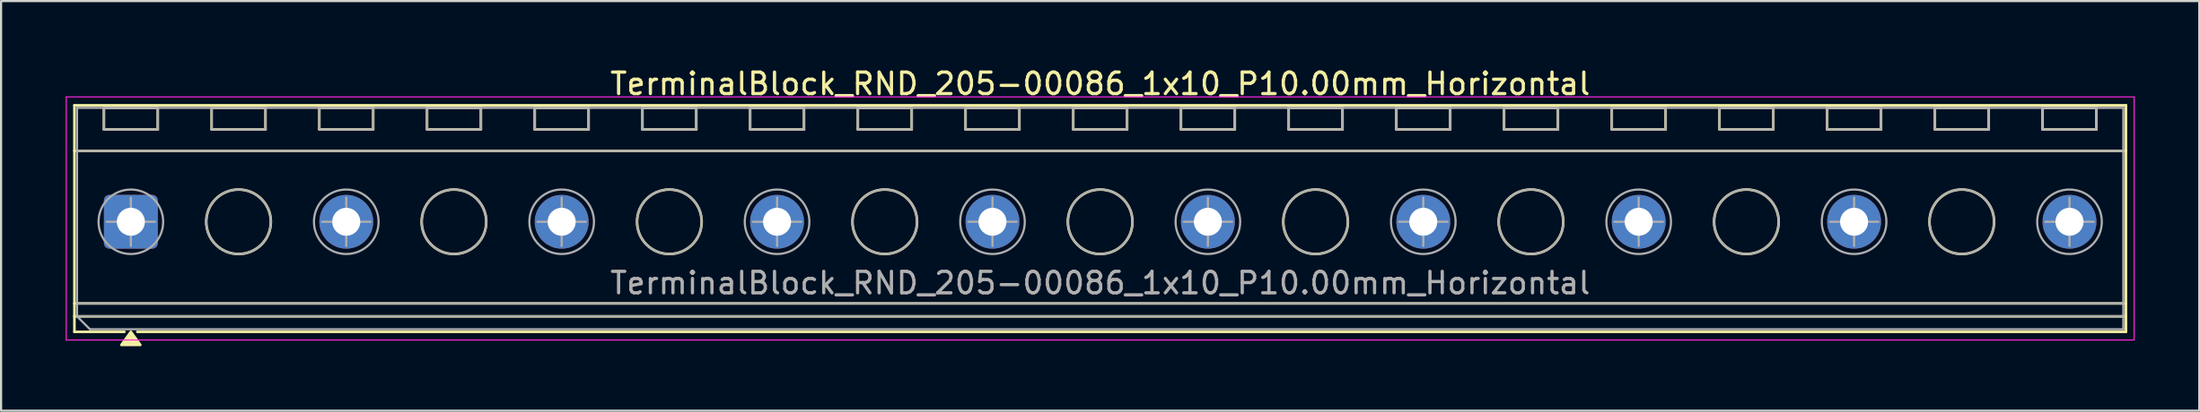
<source format=kicad_pcb>
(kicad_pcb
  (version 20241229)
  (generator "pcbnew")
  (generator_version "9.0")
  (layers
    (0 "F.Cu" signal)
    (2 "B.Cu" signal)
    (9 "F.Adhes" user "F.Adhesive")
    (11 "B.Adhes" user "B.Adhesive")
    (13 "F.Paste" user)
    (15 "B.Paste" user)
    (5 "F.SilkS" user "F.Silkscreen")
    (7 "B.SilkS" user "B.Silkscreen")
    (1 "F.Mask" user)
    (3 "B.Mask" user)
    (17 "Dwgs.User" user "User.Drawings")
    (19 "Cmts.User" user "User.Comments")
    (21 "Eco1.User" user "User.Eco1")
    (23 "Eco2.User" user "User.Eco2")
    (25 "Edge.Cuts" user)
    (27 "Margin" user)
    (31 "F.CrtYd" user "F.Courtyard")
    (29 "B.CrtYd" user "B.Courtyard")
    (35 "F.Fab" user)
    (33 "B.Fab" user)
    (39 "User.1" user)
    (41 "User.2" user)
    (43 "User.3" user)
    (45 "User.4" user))
  (footprint "TerminalBlock_RND_205-00086_1x10_P10.00mm_Horizontal"
    (layer "F.Cu")
    (at 3.025 7.268)
    (property "Reference" "TerminalBlock_RND_205-00086_1x10_P10.00mm_Horizontal" (at 45 -6.42 0) (layer "F.SilkS") (effects (font (size 1 1) (thickness 0.15))))
    (attr through_hole)
    (fp_line (start -2.62 -5.42) (end 92.62 -5.42) (stroke (width 0.12) (type solid)) (layer "F.SilkS"))
    (fp_line (start -2.62 -3.3) (end 92.62 -3.3) (stroke (width 0.12) (type solid)) (layer "F.SilkS"))
    (fp_line (start -2.62 3.8) (end 92.62 3.8) (stroke (width 0.12) (type solid)) (layer "F.SilkS"))
    (fp_line (start -2.62 4.4) (end 92.62 4.4) (stroke (width 0.12) (type solid)) (layer "F.SilkS"))
    (fp_line (start -2.62 5.12) (end -2.62 -5.42) (stroke (width 0.12) (type solid)) (layer "F.SilkS"))
    (fp_line (start -1.25 -5.3) (end 1.25 -5.3) (stroke (width 0.12) (type solid)) (layer "F.SilkS"))
    (fp_line (start -1.25 -4.3) (end -1.25 -5.3) (stroke (width 0.12) (type solid)) (layer "F.SilkS"))
    (fp_line (start -0.3 5.12) (end -2.62 5.12) (stroke (width 0.12) (type solid)) (layer "F.SilkS"))
    (fp_line (start 1.25 -5.3) (end 1.25 -4.3) (stroke (width 0.12) (type solid)) (layer "F.SilkS"))
    (fp_line (start 1.25 -4.3) (end -1.25 -4.3) (stroke (width 0.12) (type solid)) (layer "F.SilkS"))
    (fp_line (start 3.75 -5.3) (end 6.25 -5.3) (stroke (width 0.12) (type solid)) (layer "F.SilkS"))
    (fp_line (start 3.75 -4.3) (end 3.75 -5.3) (stroke (width 0.12) (type solid)) (layer "F.SilkS"))
    (fp_line (start 6.25 -5.3) (end 6.25 -4.3) (stroke (width 0.12) (type solid)) (layer "F.SilkS"))
    (fp_line (start 6.25 -4.3) (end 3.75 -4.3) (stroke (width 0.12) (type solid)) (layer "F.SilkS"))
    (fp_line (start 8.75 -5.3) (end 11.25 -5.3) (stroke (width 0.12) (type solid)) (layer "F.SilkS"))
    (fp_line (start 8.75 -4.3) (end 8.75 -5.3) (stroke (width 0.12) (type solid)) (layer "F.SilkS"))
    (fp_line (start 11.25 -5.3) (end 11.25 -4.3) (stroke (width 0.12) (type solid)) (layer "F.SilkS"))
    (fp_line (start 11.25 -4.3) (end 8.75 -4.3) (stroke (width 0.12) (type solid)) (layer "F.SilkS"))
    (fp_line (start 13.75 -5.3) (end 16.25 -5.3) (stroke (width 0.12) (type solid)) (layer "F.SilkS"))
    (fp_line (start 13.75 -4.3) (end 13.75 -5.3) (stroke (width 0.12) (type solid)) (layer "F.SilkS"))
    (fp_line (start 16.25 -5.3) (end 16.25 -4.3) (stroke (width 0.12) (type solid)) (layer "F.SilkS"))
    (fp_line (start 16.25 -4.3) (end 13.75 -4.3) (stroke (width 0.12) (type solid)) (layer "F.SilkS"))
    (fp_line (start 18.75 -5.3) (end 21.25 -5.3) (stroke (width 0.12) (type solid)) (layer "F.SilkS"))
    (fp_line (start 18.75 -4.3) (end 18.75 -5.3) (stroke (width 0.12) (type solid)) (layer "F.SilkS"))
    (fp_line (start 21.25 -5.3) (end 21.25 -4.3) (stroke (width 0.12) (type solid)) (layer "F.SilkS"))
    (fp_line (start 21.25 -4.3) (end 18.75 -4.3) (stroke (width 0.12) (type solid)) (layer "F.SilkS"))
    (fp_line (start 23.75 -5.3) (end 26.25 -5.3) (stroke (width 0.12) (type solid)) (layer "F.SilkS"))
    (fp_line (start 23.75 -4.3) (end 23.75 -5.3) (stroke (width 0.12) (type solid)) (layer "F.SilkS"))
    (fp_line (start 26.25 -5.3) (end 26.25 -4.3) (stroke (width 0.12) (type solid)) (layer "F.SilkS"))
    (fp_line (start 26.25 -4.3) (end 23.75 -4.3) (stroke (width 0.12) (type solid)) (layer "F.SilkS"))
    (fp_line (start 28.75 -5.3) (end 31.25 -5.3) (stroke (width 0.12) (type solid)) (layer "F.SilkS"))
    (fp_line (start 28.75 -4.3) (end 28.75 -5.3) (stroke (width 0.12) (type solid)) (layer "F.SilkS"))
    (fp_line (start 31.25 -5.3) (end 31.25 -4.3) (stroke (width 0.12) (type solid)) (layer "F.SilkS"))
    (fp_line (start 31.25 -4.3) (end 28.75 -4.3) (stroke (width 0.12) (type solid)) (layer "F.SilkS"))
    (fp_line (start 33.75 -5.3) (end 36.25 -5.3) (stroke (width 0.12) (type solid)) (layer "F.SilkS"))
    (fp_line (start 33.75 -4.3) (end 33.75 -5.3) (stroke (width 0.12) (type solid)) (layer "F.SilkS"))
    (fp_line (start 36.25 -5.3) (end 36.25 -4.3) (stroke (width 0.12) (type solid)) (layer "F.SilkS"))
    (fp_line (start 36.25 -4.3) (end 33.75 -4.3) (stroke (width 0.12) (type solid)) (layer "F.SilkS"))
    (fp_line (start 38.75 -5.3) (end 41.25 -5.3) (stroke (width 0.12) (type solid)) (layer "F.SilkS"))
    (fp_line (start 38.75 -4.3) (end 38.75 -5.3) (stroke (width 0.12) (type solid)) (layer "F.SilkS"))
    (fp_line (start 41.25 -5.3) (end 41.25 -4.3) (stroke (width 0.12) (type solid)) (layer "F.SilkS"))
    (fp_line (start 41.25 -4.3) (end 38.75 -4.3) (stroke (width 0.12) (type solid)) (layer "F.SilkS"))
    (fp_line (start 43.75 -5.3) (end 46.25 -5.3) (stroke (width 0.12) (type solid)) (layer "F.SilkS"))
    (fp_line (start 43.75 -4.3) (end 43.75 -5.3) (stroke (width 0.12) (type solid)) (layer "F.SilkS"))
    (fp_line (start 46.25 -5.3) (end 46.25 -4.3) (stroke (width 0.12) (type solid)) (layer "F.SilkS"))
    (fp_line (start 46.25 -4.3) (end 43.75 -4.3) (stroke (width 0.12) (type solid)) (layer "F.SilkS"))
    (fp_line (start 48.75 -5.3) (end 51.25 -5.3) (stroke (width 0.12) (type solid)) (layer "F.SilkS"))
    (fp_line (start 48.75 -4.3) (end 48.75 -5.3) (stroke (width 0.12) (type solid)) (layer "F.SilkS"))
    (fp_line (start 51.25 -5.3) (end 51.25 -4.3) (stroke (width 0.12) (type solid)) (layer "F.SilkS"))
    (fp_line (start 51.25 -4.3) (end 48.75 -4.3) (stroke (width 0.12) (type solid)) (layer "F.SilkS"))
    (fp_line (start 53.75 -5.3) (end 56.25 -5.3) (stroke (width 0.12) (type solid)) (layer "F.SilkS"))
    (fp_line (start 53.75 -4.3) (end 53.75 -5.3) (stroke (width 0.12) (type solid)) (layer "F.SilkS"))
    (fp_line (start 56.25 -5.3) (end 56.25 -4.3) (stroke (width 0.12) (type solid)) (layer "F.SilkS"))
    (fp_line (start 56.25 -4.3) (end 53.75 -4.3) (stroke (width 0.12) (type solid)) (layer "F.SilkS"))
    (fp_line (start 58.75 -5.3) (end 61.25 -5.3) (stroke (width 0.12) (type solid)) (layer "F.SilkS"))
    (fp_line (start 58.75 -4.3) (end 58.75 -5.3) (stroke (width 0.12) (type solid)) (layer "F.SilkS"))
    (fp_line (start 61.25 -5.3) (end 61.25 -4.3) (stroke (width 0.12) (type solid)) (layer "F.SilkS"))
    (fp_line (start 61.25 -4.3) (end 58.75 -4.3) (stroke (width 0.12) (type solid)) (layer "F.SilkS"))
    (fp_line (start 63.75 -5.3) (end 66.25 -5.3) (stroke (width 0.12) (type solid)) (layer "F.SilkS"))
    (fp_line (start 63.75 -4.3) (end 63.75 -5.3) (stroke (width 0.12) (type solid)) (layer "F.SilkS"))
    (fp_line (start 66.25 -5.3) (end 66.25 -4.3) (stroke (width 0.12) (type solid)) (layer "F.SilkS"))
    (fp_line (start 66.25 -4.3) (end 63.75 -4.3) (stroke (width 0.12) (type solid)) (layer "F.SilkS"))
    (fp_line (start 68.75 -5.3) (end 71.25 -5.3) (stroke (width 0.12) (type solid)) (layer "F.SilkS"))
    (fp_line (start 68.75 -4.3) (end 68.75 -5.3) (stroke (width 0.12) (type solid)) (layer "F.SilkS"))
    (fp_line (start 71.25 -5.3) (end 71.25 -4.3) (stroke (width 0.12) (type solid)) (layer "F.SilkS"))
    (fp_line (start 71.25 -4.3) (end 68.75 -4.3) (stroke (width 0.12) (type solid)) (layer "F.SilkS"))
    (fp_line (start 73.75 -5.3) (end 76.25 -5.3) (stroke (width 0.12) (type solid)) (layer "F.SilkS"))
    (fp_line (start 73.75 -4.3) (end 73.75 -5.3) (stroke (width 0.12) (type solid)) (layer "F.SilkS"))
    (fp_line (start 76.25 -5.3) (end 76.25 -4.3) (stroke (width 0.12) (type solid)) (layer "F.SilkS"))
    (fp_line (start 76.25 -4.3) (end 73.75 -4.3) (stroke (width 0.12) (type solid)) (layer "F.SilkS"))
    (fp_line (start 78.75 -5.3) (end 81.25 -5.3) (stroke (width 0.12) (type solid)) (layer "F.SilkS"))
    (fp_line (start 78.75 -4.3) (end 78.75 -5.3) (stroke (width 0.12) (type solid)) (layer "F.SilkS"))
    (fp_line (start 81.25 -5.3) (end 81.25 -4.3) (stroke (width 0.12) (type solid)) (layer "F.SilkS"))
    (fp_line (start 81.25 -4.3) (end 78.75 -4.3) (stroke (width 0.12) (type solid)) (layer "F.SilkS"))
    (fp_line (start 83.75 -5.3) (end 86.25 -5.3) (stroke (width 0.12) (type solid)) (layer "F.SilkS"))
    (fp_line (start 83.75 -4.3) (end 83.75 -5.3) (stroke (width 0.12) (type solid)) (layer "F.SilkS"))
    (fp_line (start 86.25 -5.3) (end 86.25 -4.3) (stroke (width 0.12) (type solid)) (layer "F.SilkS"))
    (fp_line (start 86.25 -4.3) (end 83.75 -4.3) (stroke (width 0.12) (type solid)) (layer "F.SilkS"))
    (fp_line (start 88.75 -5.3) (end 91.25 -5.3) (stroke (width 0.12) (type solid)) (layer "F.SilkS"))
    (fp_line (start 88.75 -4.3) (end 88.75 -5.3) (stroke (width 0.12) (type solid)) (layer "F.SilkS"))
    (fp_line (start 91.25 -5.3) (end 91.25 -4.3) (stroke (width 0.12) (type solid)) (layer "F.SilkS"))
    (fp_line (start 91.25 -4.3) (end 88.75 -4.3) (stroke (width 0.12) (type solid)) (layer "F.SilkS"))
    (fp_line (start 92.62 -5.42) (end 92.62 5.12) (stroke (width 0.12) (type solid)) (layer "F.SilkS"))
    (fp_line (start 92.62 5.12) (end 0.3 5.12) (stroke (width 0.12) (type solid)) (layer "F.SilkS"))
    (fp_circle (center 5 0) (end 6.5 0) (stroke (width 0.12) (type solid)) (fill no) (layer "F.SilkS"))
    (fp_circle (center 15 0) (end 16.5 0) (stroke (width 0.12) (type solid)) (fill no) (layer "F.SilkS"))
    (fp_circle (center 25 0) (end 26.5 0) (stroke (width 0.12) (type solid)) (fill no) (layer "F.SilkS"))
    (fp_circle (center 35 0) (end 36.5 0) (stroke (width 0.12) (type solid)) (fill no) (layer "F.SilkS"))
    (fp_circle (center 45 0) (end 46.5 0) (stroke (width 0.12) (type solid)) (fill no) (layer "F.SilkS"))
    (fp_circle (center 55 0) (end 56.5 0) (stroke (width 0.12) (type solid)) (fill no) (layer "F.SilkS"))
    (fp_circle (center 65 0) (end 66.5 0) (stroke (width 0.12) (type solid)) (fill no) (layer "F.SilkS"))
    (fp_circle (center 75 0) (end 76.5 0) (stroke (width 0.12) (type solid)) (fill no) (layer "F.SilkS"))
    (fp_circle (center 85 0) (end 86.5 0) (stroke (width 0.12) (type solid)) (fill no) (layer "F.SilkS"))
    (fp_poly (pts (xy 0 5.12) (xy 0.44 5.73) (xy -0.44 5.73)) (stroke (width 0.12) (type solid)) (fill yes) (layer "F.SilkS"))
    (fp_line (start -3 -5.81) (end -3 5.5) (stroke (width 0.05) (type solid)) (layer "F.CrtYd"))
    (fp_line (start -3 5.5) (end 93 5.5) (stroke (width 0.05) (type solid)) (layer "F.CrtYd"))
    (fp_line (start 93 -5.81) (end -3 -5.81) (stroke (width 0.05) (type solid)) (layer "F.CrtYd"))
    (fp_line (start 93 5.5) (end 93 -5.81) (stroke (width 0.05) (type solid)) (layer "F.CrtYd"))
    (fp_line (start -2.5 -5.3) (end 92.5 -5.3) (stroke (width 0.1) (type solid)) (layer "F.Fab"))
    (fp_line (start -2.5 -3.3) (end 92.5 -3.3) (stroke (width 0.1) (type solid)) (layer "F.Fab"))
    (fp_line (start -2.5 3.8) (end 92.5 3.8) (stroke (width 0.1) (type solid)) (layer "F.Fab"))
    (fp_line (start -2.5 4.4) (end -2.5 -5.3) (stroke (width 0.1) (type solid)) (layer "F.Fab"))
    (fp_line (start -2.5 4.4) (end 92.5 4.4) (stroke (width 0.1) (type solid)) (layer "F.Fab"))
    (fp_line (start -1.9 5) (end -2.5 4.4) (stroke (width 0.1) (type solid)) (layer "F.Fab"))
    (fp_line (start -1.25 -5.3) (end -1.25 -4.3) (stroke (width 0.1) (type solid)) (layer "F.Fab"))
    (fp_line (start -1.25 -4.3) (end 1.25 -4.3) (stroke (width 0.1) (type solid)) (layer "F.Fab"))
    (fp_line (start -1.125 0) (end 1.125 0) (stroke (width 0.1) (type solid)) (layer "F.Fab"))
    (fp_line (start 0 -1.125) (end 0 1.125) (stroke (width 0.1) (type solid)) (layer "F.Fab"))
    (fp_line (start 1.25 -5.3) (end -1.25 -5.3) (stroke (width 0.1) (type solid)) (layer "F.Fab"))
    (fp_line (start 1.25 -4.3) (end 1.25 -5.3) (stroke (width 0.1) (type solid)) (layer "F.Fab"))
    (fp_line (start 3.75 -5.3) (end 3.75 -4.3) (stroke (width 0.1) (type solid)) (layer "F.Fab"))
    (fp_line (start 3.75 -4.3) (end 6.25 -4.3) (stroke (width 0.1) (type solid)) (layer "F.Fab"))
    (fp_line (start 6.25 -5.3) (end 3.75 -5.3) (stroke (width 0.1) (type solid)) (layer "F.Fab"))
    (fp_line (start 6.25 -4.3) (end 6.25 -5.3) (stroke (width 0.1) (type solid)) (layer "F.Fab"))
    (fp_line (start 8.75 -5.3) (end 8.75 -4.3) (stroke (width 0.1) (type solid)) (layer "F.Fab"))
    (fp_line (start 8.75 -4.3) (end 11.25 -4.3) (stroke (width 0.1) (type solid)) (layer "F.Fab"))
    (fp_line (start 8.875 0) (end 11.125 0) (stroke (width 0.1) (type solid)) (layer "F.Fab"))
    (fp_line (start 10 -1.125) (end 10 1.125) (stroke (width 0.1) (type solid)) (layer "F.Fab"))
    (fp_line (start 11.25 -5.3) (end 8.75 -5.3) (stroke (width 0.1) (type solid)) (layer "F.Fab"))
    (fp_line (start 11.25 -4.3) (end 11.25 -5.3) (stroke (width 0.1) (type solid)) (layer "F.Fab"))
    (fp_line (start 13.75 -5.3) (end 13.75 -4.3) (stroke (width 0.1) (type solid)) (layer "F.Fab"))
    (fp_line (start 13.75 -4.3) (end 16.25 -4.3) (stroke (width 0.1) (type solid)) (layer "F.Fab"))
    (fp_line (start 16.25 -5.3) (end 13.75 -5.3) (stroke (width 0.1) (type solid)) (layer "F.Fab"))
    (fp_line (start 16.25 -4.3) (end 16.25 -5.3) (stroke (width 0.1) (type solid)) (layer "F.Fab"))
    (fp_line (start 18.75 -5.3) (end 18.75 -4.3) (stroke (width 0.1) (type solid)) (layer "F.Fab"))
    (fp_line (start 18.75 -4.3) (end 21.25 -4.3) (stroke (width 0.1) (type solid)) (layer "F.Fab"))
    (fp_line (start 18.875 0) (end 21.125 0) (stroke (width 0.1) (type solid)) (layer "F.Fab"))
    (fp_line (start 20 -1.125) (end 20 1.125) (stroke (width 0.1) (type solid)) (layer "F.Fab"))
    (fp_line (start 21.25 -5.3) (end 18.75 -5.3) (stroke (width 0.1) (type solid)) (layer "F.Fab"))
    (fp_line (start 21.25 -4.3) (end 21.25 -5.3) (stroke (width 0.1) (type solid)) (layer "F.Fab"))
    (fp_line (start 23.75 -5.3) (end 23.75 -4.3) (stroke (width 0.1) (type solid)) (layer "F.Fab"))
    (fp_line (start 23.75 -4.3) (end 26.25 -4.3) (stroke (width 0.1) (type solid)) (layer "F.Fab"))
    (fp_line (start 26.25 -5.3) (end 23.75 -5.3) (stroke (width 0.1) (type solid)) (layer "F.Fab"))
    (fp_line (start 26.25 -4.3) (end 26.25 -5.3) (stroke (width 0.1) (type solid)) (layer "F.Fab"))
    (fp_line (start 28.75 -5.3) (end 28.75 -4.3) (stroke (width 0.1) (type solid)) (layer "F.Fab"))
    (fp_line (start 28.75 -4.3) (end 31.25 -4.3) (stroke (width 0.1) (type solid)) (layer "F.Fab"))
    (fp_line (start 28.875 0) (end 31.125 0) (stroke (width 0.1) (type solid)) (layer "F.Fab"))
    (fp_line (start 30 -1.125) (end 30 1.125) (stroke (width 0.1) (type solid)) (layer "F.Fab"))
    (fp_line (start 31.25 -5.3) (end 28.75 -5.3) (stroke (width 0.1) (type solid)) (layer "F.Fab"))
    (fp_line (start 31.25 -4.3) (end 31.25 -5.3) (stroke (width 0.1) (type solid)) (layer "F.Fab"))
    (fp_line (start 33.75 -5.3) (end 33.75 -4.3) (stroke (width 0.1) (type solid)) (layer "F.Fab"))
    (fp_line (start 33.75 -4.3) (end 36.25 -4.3) (stroke (width 0.1) (type solid)) (layer "F.Fab"))
    (fp_line (start 36.25 -5.3) (end 33.75 -5.3) (stroke (width 0.1) (type solid)) (layer "F.Fab"))
    (fp_line (start 36.25 -4.3) (end 36.25 -5.3) (stroke (width 0.1) (type solid)) (layer "F.Fab"))
    (fp_line (start 38.75 -5.3) (end 38.75 -4.3) (stroke (width 0.1) (type solid)) (layer "F.Fab"))
    (fp_line (start 38.75 -4.3) (end 41.25 -4.3) (stroke (width 0.1) (type solid)) (layer "F.Fab"))
    (fp_line (start 38.875 0) (end 41.125 0) (stroke (width 0.1) (type solid)) (layer "F.Fab"))
    (fp_line (start 40 -1.125) (end 40 1.125) (stroke (width 0.1) (type solid)) (layer "F.Fab"))
    (fp_line (start 41.25 -5.3) (end 38.75 -5.3) (stroke (width 0.1) (type solid)) (layer "F.Fab"))
    (fp_line (start 41.25 -4.3) (end 41.25 -5.3) (stroke (width 0.1) (type solid)) (layer "F.Fab"))
    (fp_line (start 43.75 -5.3) (end 43.75 -4.3) (stroke (width 0.1) (type solid)) (layer "F.Fab"))
    (fp_line (start 43.75 -4.3) (end 46.25 -4.3) (stroke (width 0.1) (type solid)) (layer "F.Fab"))
    (fp_line (start 46.25 -5.3) (end 43.75 -5.3) (stroke (width 0.1) (type solid)) (layer "F.Fab"))
    (fp_line (start 46.25 -4.3) (end 46.25 -5.3) (stroke (width 0.1) (type solid)) (layer "F.Fab"))
    (fp_line (start 48.75 -5.3) (end 48.75 -4.3) (stroke (width 0.1) (type solid)) (layer "F.Fab"))
    (fp_line (start 48.75 -4.3) (end 51.25 -4.3) (stroke (width 0.1) (type solid)) (layer "F.Fab"))
    (fp_line (start 48.875 0) (end 51.125 0) (stroke (width 0.1) (type solid)) (layer "F.Fab"))
    (fp_line (start 50 -1.125) (end 50 1.125) (stroke (width 0.1) (type solid)) (layer "F.Fab"))
    (fp_line (start 51.25 -5.3) (end 48.75 -5.3) (stroke (width 0.1) (type solid)) (layer "F.Fab"))
    (fp_line (start 51.25 -4.3) (end 51.25 -5.3) (stroke (width 0.1) (type solid)) (layer "F.Fab"))
    (fp_line (start 53.75 -5.3) (end 53.75 -4.3) (stroke (width 0.1) (type solid)) (layer "F.Fab"))
    (fp_line (start 53.75 -4.3) (end 56.25 -4.3) (stroke (width 0.1) (type solid)) (layer "F.Fab"))
    (fp_line (start 56.25 -5.3) (end 53.75 -5.3) (stroke (width 0.1) (type solid)) (layer "F.Fab"))
    (fp_line (start 56.25 -4.3) (end 56.25 -5.3) (stroke (width 0.1) (type solid)) (layer "F.Fab"))
    (fp_line (start 58.75 -5.3) (end 58.75 -4.3) (stroke (width 0.1) (type solid)) (layer "F.Fab"))
    (fp_line (start 58.75 -4.3) (end 61.25 -4.3) (stroke (width 0.1) (type solid)) (layer "F.Fab"))
    (fp_line (start 58.875 0) (end 61.125 0) (stroke (width 0.1) (type solid)) (layer "F.Fab"))
    (fp_line (start 60 -1.125) (end 60 1.125) (stroke (width 0.1) (type solid)) (layer "F.Fab"))
    (fp_line (start 61.25 -5.3) (end 58.75 -5.3) (stroke (width 0.1) (type solid)) (layer "F.Fab"))
    (fp_line (start 61.25 -4.3) (end 61.25 -5.3) (stroke (width 0.1) (type solid)) (layer "F.Fab"))
    (fp_line (start 63.75 -5.3) (end 63.75 -4.3) (stroke (width 0.1) (type solid)) (layer "F.Fab"))
    (fp_line (start 63.75 -4.3) (end 66.25 -4.3) (stroke (width 0.1) (type solid)) (layer "F.Fab"))
    (fp_line (start 66.25 -5.3) (end 63.75 -5.3) (stroke (width 0.1) (type solid)) (layer "F.Fab"))
    (fp_line (start 66.25 -4.3) (end 66.25 -5.3) (stroke (width 0.1) (type solid)) (layer "F.Fab"))
    (fp_line (start 68.75 -5.3) (end 68.75 -4.3) (stroke (width 0.1) (type solid)) (layer "F.Fab"))
    (fp_line (start 68.75 -4.3) (end 71.25 -4.3) (stroke (width 0.1) (type solid)) (layer "F.Fab"))
    (fp_line (start 68.875 0) (end 71.125 0) (stroke (width 0.1) (type solid)) (layer "F.Fab"))
    (fp_line (start 70 -1.125) (end 70 1.125) (stroke (width 0.1) (type solid)) (layer "F.Fab"))
    (fp_line (start 71.25 -5.3) (end 68.75 -5.3) (stroke (width 0.1) (type solid)) (layer "F.Fab"))
    (fp_line (start 71.25 -4.3) (end 71.25 -5.3) (stroke (width 0.1) (type solid)) (layer "F.Fab"))
    (fp_line (start 73.75 -5.3) (end 73.75 -4.3) (stroke (width 0.1) (type solid)) (layer "F.Fab"))
    (fp_line (start 73.75 -4.3) (end 76.25 -4.3) (stroke (width 0.1) (type solid)) (layer "F.Fab"))
    (fp_line (start 76.25 -5.3) (end 73.75 -5.3) (stroke (width 0.1) (type solid)) (layer "F.Fab"))
    (fp_line (start 76.25 -4.3) (end 76.25 -5.3) (stroke (width 0.1) (type solid)) (layer "F.Fab"))
    (fp_line (start 78.75 -5.3) (end 78.75 -4.3) (stroke (width 0.1) (type solid)) (layer "F.Fab"))
    (fp_line (start 78.75 -4.3) (end 81.25 -4.3) (stroke (width 0.1) (type solid)) (layer "F.Fab"))
    (fp_line (start 78.875 0) (end 81.125 0) (stroke (width 0.1) (type solid)) (layer "F.Fab"))
    (fp_line (start 80 -1.125) (end 80 1.125) (stroke (width 0.1) (type solid)) (layer "F.Fab"))
    (fp_line (start 81.25 -5.3) (end 78.75 -5.3) (stroke (width 0.1) (type solid)) (layer "F.Fab"))
    (fp_line (start 81.25 -4.3) (end 81.25 -5.3) (stroke (width 0.1) (type solid)) (layer "F.Fab"))
    (fp_line (start 83.75 -5.3) (end 83.75 -4.3) (stroke (width 0.1) (type solid)) (layer "F.Fab"))
    (fp_line (start 83.75 -4.3) (end 86.25 -4.3) (stroke (width 0.1) (type solid)) (layer "F.Fab"))
    (fp_line (start 86.25 -5.3) (end 83.75 -5.3) (stroke (width 0.1) (type solid)) (layer "F.Fab"))
    (fp_line (start 86.25 -4.3) (end 86.25 -5.3) (stroke (width 0.1) (type solid)) (layer "F.Fab"))
    (fp_line (start 88.75 -5.3) (end 88.75 -4.3) (stroke (width 0.1) (type solid)) (layer "F.Fab"))
    (fp_line (start 88.75 -4.3) (end 91.25 -4.3) (stroke (width 0.1) (type solid)) (layer "F.Fab"))
    (fp_line (start 88.875 0) (end 91.125 0) (stroke (width 0.1) (type solid)) (layer "F.Fab"))
    (fp_line (start 90 -1.125) (end 90 1.125) (stroke (width 0.1) (type solid)) (layer "F.Fab"))
    (fp_line (start 91.25 -5.3) (end 88.75 -5.3) (stroke (width 0.1) (type solid)) (layer "F.Fab"))
    (fp_line (start 91.25 -4.3) (end 91.25 -5.3) (stroke (width 0.1) (type solid)) (layer "F.Fab"))
    (fp_line (start 92.5 -5.3) (end 92.5 5) (stroke (width 0.1) (type solid)) (layer "F.Fab"))
    (fp_line (start 92.5 5) (end -1.9 5) (stroke (width 0.1) (type solid)) (layer "F.Fab"))
    (fp_circle (center 0 0) (end 1.5 0) (stroke (width 0.1) (type solid)) (fill no) (layer "F.Fab"))
    (fp_circle (center 5 0) (end 6.5 0) (stroke (width 0.1) (type solid)) (fill no) (layer "F.Fab"))
    (fp_circle (center 10 0) (end 11.5 0) (stroke (width 0.1) (type solid)) (fill no) (layer "F.Fab"))
    (fp_circle (center 15 0) (end 16.5 0) (stroke (width 0.1) (type solid)) (fill no) (layer "F.Fab"))
    (fp_circle (center 20 0) (end 21.5 0) (stroke (width 0.1) (type solid)) (fill no) (layer "F.Fab"))
    (fp_circle (center 25 0) (end 26.5 0) (stroke (width 0.1) (type solid)) (fill no) (layer "F.Fab"))
    (fp_circle (center 30 0) (end 31.5 0) (stroke (width 0.1) (type solid)) (fill no) (layer "F.Fab"))
    (fp_circle (center 35 0) (end 36.5 0) (stroke (width 0.1) (type solid)) (fill no) (layer "F.Fab"))
    (fp_circle (center 40 0) (end 41.5 0) (stroke (width 0.1) (type solid)) (fill no) (layer "F.Fab"))
    (fp_circle (center 45 0) (end 46.5 0) (stroke (width 0.1) (type solid)) (fill no) (layer "F.Fab"))
    (fp_circle (center 50 0) (end 51.5 0) (stroke (width 0.1) (type solid)) (fill no) (layer "F.Fab"))
    (fp_circle (center 55 0) (end 56.5 0) (stroke (width 0.1) (type solid)) (fill no) (layer "F.Fab"))
    (fp_circle (center 60 0) (end 61.5 0) (stroke (width 0.1) (type solid)) (fill no) (layer "F.Fab"))
    (fp_circle (center 65 0) (end 66.5 0) (stroke (width 0.1) (type solid)) (fill no) (layer "F.Fab"))
    (fp_circle (center 70 0) (end 71.5 0) (stroke (width 0.1) (type solid)) (fill no) (layer "F.Fab"))
    (fp_circle (center 75 0) (end 76.5 0) (stroke (width 0.1) (type solid)) (fill no) (layer "F.Fab"))
    (fp_circle (center 80 0) (end 81.5 0) (stroke (width 0.1) (type solid)) (fill no) (layer "F.Fab"))
    (fp_circle (center 85 0) (end 86.5 0) (stroke (width 0.1) (type solid)) (fill no) (layer "F.Fab"))
    (fp_circle (center 90 0) (end 91.5 0) (stroke (width 0.1) (type solid)) (fill no) (layer "F.Fab"))
    (fp_text user "${REFERENCE}" (at 45 2.85 0) (layer "F.Fab") (effects (font (size 1 1) (thickness 0.15))))
    (pad "1" thru_hole roundrect (at 0 0) (size 2.5 2.5) (drill 1.3) (layers "*.Cu" "*.Mask") (roundrect_rratio 0.1))
    (pad "2" thru_hole circle (at 10 0) (size 2.5 2.5) (drill 1.3) (layers "*.Cu" "*.Mask"))
    (pad "3" thru_hole circle (at 20 0) (size 2.5 2.5) (drill 1.3) (layers "*.Cu" "*.Mask"))
    (pad "4" thru_hole circle (at 30 0) (size 2.5 2.5) (drill 1.3) (layers "*.Cu" "*.Mask"))
    (pad "5" thru_hole circle (at 40 0) (size 2.5 2.5) (drill 1.3) (layers "*.Cu" "*.Mask"))
    (pad "6" thru_hole circle (at 50 0) (size 2.5 2.5) (drill 1.3) (layers "*.Cu" "*.Mask"))
    (pad "7" thru_hole circle (at 60 0) (size 2.5 2.5) (drill 1.3) (layers "*.Cu" "*.Mask"))
    (pad "8" thru_hole circle (at 70 0) (size 2.5 2.5) (drill 1.3) (layers "*.Cu" "*.Mask"))
    (pad "9" thru_hole circle (at 80 0) (size 2.5 2.5) (drill 1.3) (layers "*.Cu" "*.Mask"))
    (pad "10" thru_hole circle (at 90 0) (size 2.5 2.5) (drill 1.3) (layers "*.Cu" "*.Mask")))
  (gr_rect
    (start -3 -3)
    (end 99.05 16.058)
    (stroke (width 0.1) (type default))
    (fill no)
    (layer "Edge.Cuts")))
</source>
